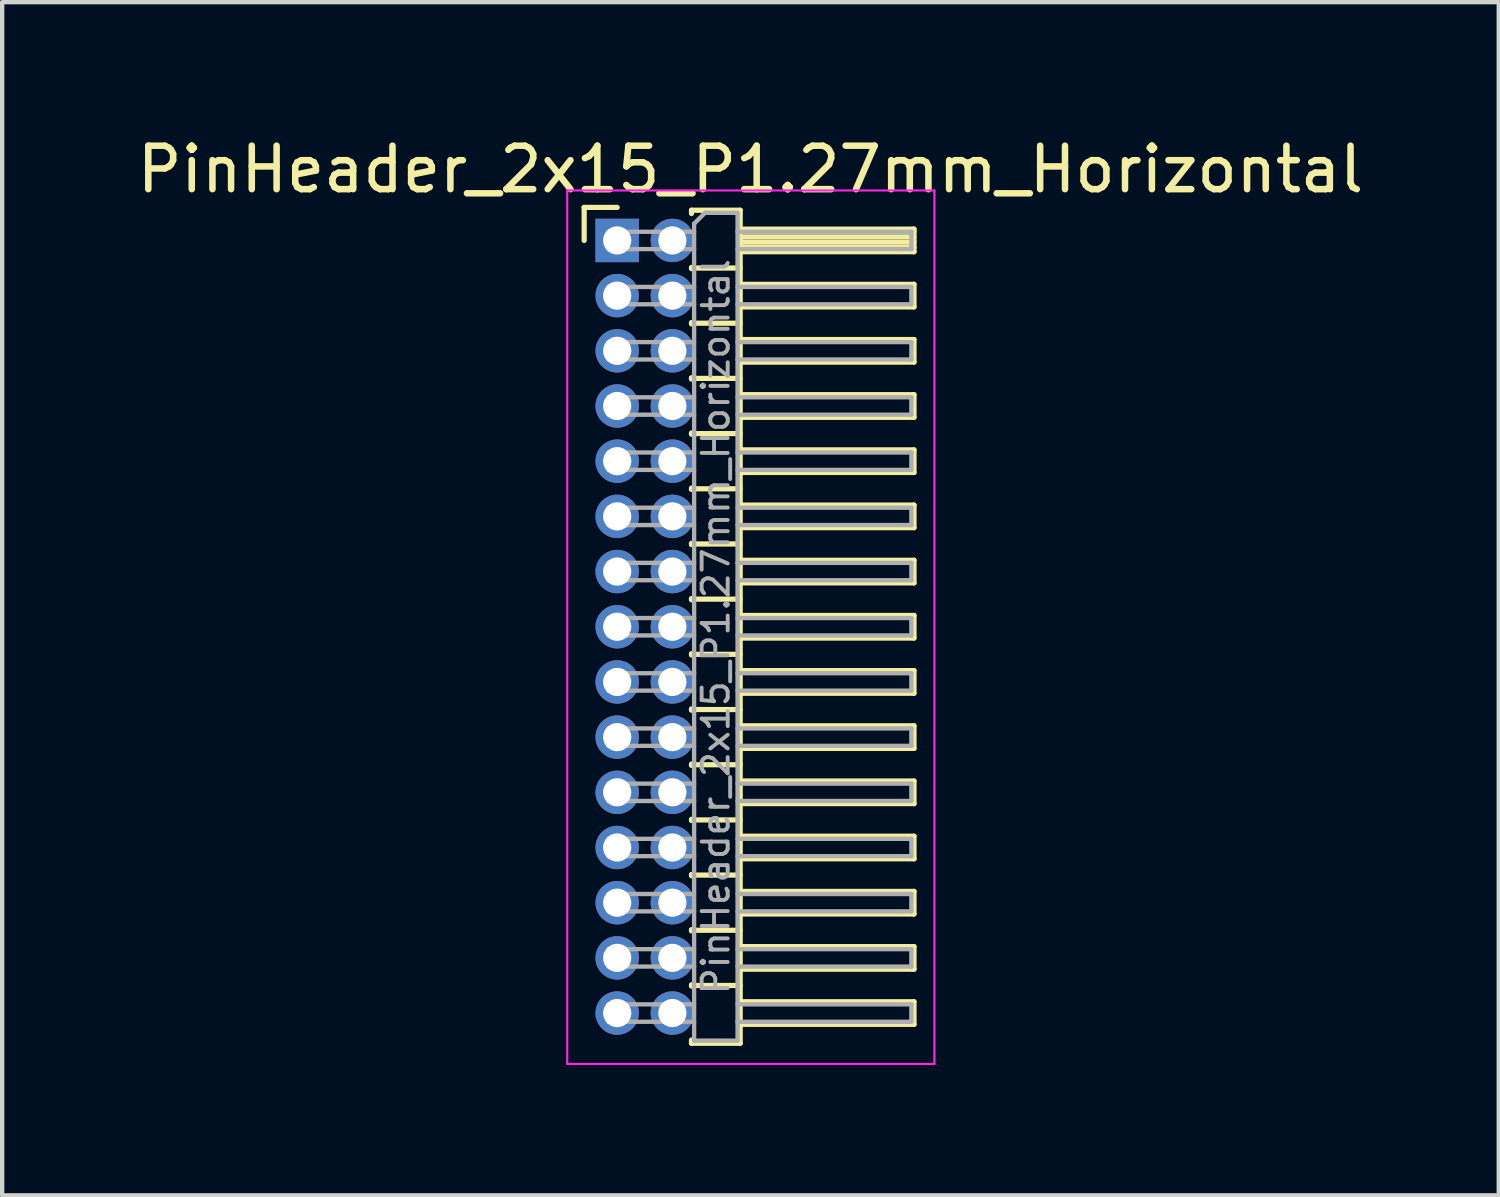
<source format=kicad_pcb>
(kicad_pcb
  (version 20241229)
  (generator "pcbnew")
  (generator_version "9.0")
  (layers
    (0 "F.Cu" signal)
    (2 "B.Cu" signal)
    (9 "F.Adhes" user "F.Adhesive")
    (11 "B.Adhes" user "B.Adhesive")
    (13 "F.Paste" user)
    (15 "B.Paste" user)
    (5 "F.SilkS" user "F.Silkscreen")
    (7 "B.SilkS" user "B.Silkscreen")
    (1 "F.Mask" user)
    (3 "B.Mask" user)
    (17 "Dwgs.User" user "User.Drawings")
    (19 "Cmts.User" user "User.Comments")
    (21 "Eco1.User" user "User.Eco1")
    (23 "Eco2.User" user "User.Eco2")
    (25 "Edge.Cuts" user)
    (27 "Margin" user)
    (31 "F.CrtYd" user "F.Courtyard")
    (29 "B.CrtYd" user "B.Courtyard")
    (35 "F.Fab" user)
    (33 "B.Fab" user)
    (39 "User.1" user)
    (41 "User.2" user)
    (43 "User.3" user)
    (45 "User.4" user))
  (footprint "PinHeader_2x15_P1.27mm_Horizontal"
    (layer "F.Cu")
    (at 11.153 2.483)
    (property "Reference" "PinHeader_2x15_P1.27mm_Horizontal" (at 3.067 -1.635 0) (layer "F.SilkS") (effects (font (size 1 1) (thickness 0.15))))
    (attr through_hole)
    (fp_line (start -0.76 -0.76) (end 0 -0.76) (stroke (width 0.12) (type solid)) (layer "F.SilkS"))
    (fp_line (start -0.76 0) (end -0.76 -0.76) (stroke (width 0.12) (type solid)) (layer "F.SilkS"))
    (fp_line (start 1.71 -0.695) (end 2.83 -0.695) (stroke (width 0.12) (type solid)) (layer "F.SilkS"))
    (fp_line (start 1.71 -0.62) (end 1.71 -0.695) (stroke (width 0.12) (type solid)) (layer "F.SilkS"))
    (fp_line (start 1.71 0.62) (end 1.71 0.65) (stroke (width 0.12) (type solid)) (layer "F.SilkS"))
    (fp_line (start 1.71 0.635) (end 2.83 0.635) (stroke (width 0.12) (type solid)) (layer "F.SilkS"))
    (fp_line (start 1.71 1.89) (end 1.71 1.92) (stroke (width 0.12) (type solid)) (layer "F.SilkS"))
    (fp_line (start 1.71 1.905) (end 2.83 1.905) (stroke (width 0.12) (type solid)) (layer "F.SilkS"))
    (fp_line (start 1.71 3.16) (end 1.71 3.19) (stroke (width 0.12) (type solid)) (layer "F.SilkS"))
    (fp_line (start 1.71 3.175) (end 2.83 3.175) (stroke (width 0.12) (type solid)) (layer "F.SilkS"))
    (fp_line (start 1.71 4.43) (end 1.71 4.46) (stroke (width 0.12) (type solid)) (layer "F.SilkS"))
    (fp_line (start 1.71 4.445) (end 2.83 4.445) (stroke (width 0.12) (type solid)) (layer "F.SilkS"))
    (fp_line (start 1.71 5.7) (end 1.71 5.73) (stroke (width 0.12) (type solid)) (layer "F.SilkS"))
    (fp_line (start 1.71 5.715) (end 2.83 5.715) (stroke (width 0.12) (type solid)) (layer "F.SilkS"))
    (fp_line (start 1.71 6.97) (end 1.71 7) (stroke (width 0.12) (type solid)) (layer "F.SilkS"))
    (fp_line (start 1.71 6.985) (end 2.83 6.985) (stroke (width 0.12) (type solid)) (layer "F.SilkS"))
    (fp_line (start 1.71 8.24) (end 1.71 8.27) (stroke (width 0.12) (type solid)) (layer "F.SilkS"))
    (fp_line (start 1.71 8.255) (end 2.83 8.255) (stroke (width 0.12) (type solid)) (layer "F.SilkS"))
    (fp_line (start 1.71 9.51) (end 1.71 9.54) (stroke (width 0.12) (type solid)) (layer "F.SilkS"))
    (fp_line (start 1.71 9.525) (end 2.83 9.525) (stroke (width 0.12) (type solid)) (layer "F.SilkS"))
    (fp_line (start 1.71 10.78) (end 1.71 10.81) (stroke (width 0.12) (type solid)) (layer "F.SilkS"))
    (fp_line (start 1.71 10.795) (end 2.83 10.795) (stroke (width 0.12) (type solid)) (layer "F.SilkS"))
    (fp_line (start 1.71 12.05) (end 1.71 12.08) (stroke (width 0.12) (type solid)) (layer "F.SilkS"))
    (fp_line (start 1.71 12.065) (end 2.83 12.065) (stroke (width 0.12) (type solid)) (layer "F.SilkS"))
    (fp_line (start 1.71 13.32) (end 1.71 13.35) (stroke (width 0.12) (type solid)) (layer "F.SilkS"))
    (fp_line (start 1.71 13.335) (end 2.83 13.335) (stroke (width 0.12) (type solid)) (layer "F.SilkS"))
    (fp_line (start 1.71 14.59) (end 1.71 14.62) (stroke (width 0.12) (type solid)) (layer "F.SilkS"))
    (fp_line (start 1.71 14.605) (end 2.83 14.605) (stroke (width 0.12) (type solid)) (layer "F.SilkS"))
    (fp_line (start 1.71 15.86) (end 1.71 15.89) (stroke (width 0.12) (type solid)) (layer "F.SilkS"))
    (fp_line (start 1.71 15.875) (end 2.83 15.875) (stroke (width 0.12) (type solid)) (layer "F.SilkS"))
    (fp_line (start 1.71 17.13) (end 1.71 17.16) (stroke (width 0.12) (type solid)) (layer "F.SilkS"))
    (fp_line (start 1.71 17.145) (end 2.83 17.145) (stroke (width 0.12) (type solid)) (layer "F.SilkS"))
    (fp_line (start 1.71 18.475) (end 1.71 18.4) (stroke (width 0.12) (type solid)) (layer "F.SilkS"))
    (fp_line (start 2.83 -0.695) (end 2.83 18.475) (stroke (width 0.12) (type solid)) (layer "F.SilkS"))
    (fp_line (start 2.83 -0.26) (end 6.83 -0.26) (stroke (width 0.12) (type solid)) (layer "F.SilkS"))
    (fp_line (start 2.83 -0.2) (end 6.83 -0.2) (stroke (width 0.12) (type solid)) (layer "F.SilkS"))
    (fp_line (start 2.83 -0.08) (end 6.83 -0.08) (stroke (width 0.12) (type solid)) (layer "F.SilkS"))
    (fp_line (start 2.83 0.04) (end 6.83 0.04) (stroke (width 0.12) (type solid)) (layer "F.SilkS"))
    (fp_line (start 2.83 0.16) (end 6.83 0.16) (stroke (width 0.12) (type solid)) (layer "F.SilkS"))
    (fp_line (start 2.83 1.01) (end 6.83 1.01) (stroke (width 0.12) (type solid)) (layer "F.SilkS"))
    (fp_line (start 2.83 2.28) (end 6.83 2.28) (stroke (width 0.12) (type solid)) (layer "F.SilkS"))
    (fp_line (start 2.83 3.55) (end 6.83 3.55) (stroke (width 0.12) (type solid)) (layer "F.SilkS"))
    (fp_line (start 2.83 4.82) (end 6.83 4.82) (stroke (width 0.12) (type solid)) (layer "F.SilkS"))
    (fp_line (start 2.83 6.09) (end 6.83 6.09) (stroke (width 0.12) (type solid)) (layer "F.SilkS"))
    (fp_line (start 2.83 7.36) (end 6.83 7.36) (stroke (width 0.12) (type solid)) (layer "F.SilkS"))
    (fp_line (start 2.83 8.63) (end 6.83 8.63) (stroke (width 0.12) (type solid)) (layer "F.SilkS"))
    (fp_line (start 2.83 9.9) (end 6.83 9.9) (stroke (width 0.12) (type solid)) (layer "F.SilkS"))
    (fp_line (start 2.83 11.17) (end 6.83 11.17) (stroke (width 0.12) (type solid)) (layer "F.SilkS"))
    (fp_line (start 2.83 12.44) (end 6.83 12.44) (stroke (width 0.12) (type solid)) (layer "F.SilkS"))
    (fp_line (start 2.83 13.71) (end 6.83 13.71) (stroke (width 0.12) (type solid)) (layer "F.SilkS"))
    (fp_line (start 2.83 14.98) (end 6.83 14.98) (stroke (width 0.12) (type solid)) (layer "F.SilkS"))
    (fp_line (start 2.83 16.25) (end 6.83 16.25) (stroke (width 0.12) (type solid)) (layer "F.SilkS"))
    (fp_line (start 2.83 17.52) (end 6.83 17.52) (stroke (width 0.12) (type solid)) (layer "F.SilkS"))
    (fp_line (start 2.83 18.475) (end 1.71 18.475) (stroke (width 0.12) (type solid)) (layer "F.SilkS"))
    (fp_line (start 6.83 -0.26) (end 6.83 0.26) (stroke (width 0.12) (type solid)) (layer "F.SilkS"))
    (fp_line (start 6.83 0.26) (end 2.83 0.26) (stroke (width 0.12) (type solid)) (layer "F.SilkS"))
    (fp_line (start 6.83 1.01) (end 6.83 1.53) (stroke (width 0.12) (type solid)) (layer "F.SilkS"))
    (fp_line (start 6.83 1.53) (end 2.83 1.53) (stroke (width 0.12) (type solid)) (layer "F.SilkS"))
    (fp_line (start 6.83 2.28) (end 6.83 2.8) (stroke (width 0.12) (type solid)) (layer "F.SilkS"))
    (fp_line (start 6.83 2.8) (end 2.83 2.8) (stroke (width 0.12) (type solid)) (layer "F.SilkS"))
    (fp_line (start 6.83 3.55) (end 6.83 4.07) (stroke (width 0.12) (type solid)) (layer "F.SilkS"))
    (fp_line (start 6.83 4.07) (end 2.83 4.07) (stroke (width 0.12) (type solid)) (layer "F.SilkS"))
    (fp_line (start 6.83 4.82) (end 6.83 5.34) (stroke (width 0.12) (type solid)) (layer "F.SilkS"))
    (fp_line (start 6.83 5.34) (end 2.83 5.34) (stroke (width 0.12) (type solid)) (layer "F.SilkS"))
    (fp_line (start 6.83 6.09) (end 6.83 6.61) (stroke (width 0.12) (type solid)) (layer "F.SilkS"))
    (fp_line (start 6.83 6.61) (end 2.83 6.61) (stroke (width 0.12) (type solid)) (layer "F.SilkS"))
    (fp_line (start 6.83 7.36) (end 6.83 7.88) (stroke (width 0.12) (type solid)) (layer "F.SilkS"))
    (fp_line (start 6.83 7.88) (end 2.83 7.88) (stroke (width 0.12) (type solid)) (layer "F.SilkS"))
    (fp_line (start 6.83 8.63) (end 6.83 9.15) (stroke (width 0.12) (type solid)) (layer "F.SilkS"))
    (fp_line (start 6.83 9.15) (end 2.83 9.15) (stroke (width 0.12) (type solid)) (layer "F.SilkS"))
    (fp_line (start 6.83 9.9) (end 6.83 10.42) (stroke (width 0.12) (type solid)) (layer "F.SilkS"))
    (fp_line (start 6.83 10.42) (end 2.83 10.42) (stroke (width 0.12) (type solid)) (layer "F.SilkS"))
    (fp_line (start 6.83 11.17) (end 6.83 11.69) (stroke (width 0.12) (type solid)) (layer "F.SilkS"))
    (fp_line (start 6.83 11.69) (end 2.83 11.69) (stroke (width 0.12) (type solid)) (layer "F.SilkS"))
    (fp_line (start 6.83 12.44) (end 6.83 12.96) (stroke (width 0.12) (type solid)) (layer "F.SilkS"))
    (fp_line (start 6.83 12.96) (end 2.83 12.96) (stroke (width 0.12) (type solid)) (layer "F.SilkS"))
    (fp_line (start 6.83 13.71) (end 6.83 14.23) (stroke (width 0.12) (type solid)) (layer "F.SilkS"))
    (fp_line (start 6.83 14.23) (end 2.83 14.23) (stroke (width 0.12) (type solid)) (layer "F.SilkS"))
    (fp_line (start 6.83 14.98) (end 6.83 15.5) (stroke (width 0.12) (type solid)) (layer "F.SilkS"))
    (fp_line (start 6.83 15.5) (end 2.83 15.5) (stroke (width 0.12) (type solid)) (layer "F.SilkS"))
    (fp_line (start 6.83 16.25) (end 6.83 16.77) (stroke (width 0.12) (type solid)) (layer "F.SilkS"))
    (fp_line (start 6.83 16.77) (end 2.83 16.77) (stroke (width 0.12) (type solid)) (layer "F.SilkS"))
    (fp_line (start 6.83 17.52) (end 6.83 18.04) (stroke (width 0.12) (type solid)) (layer "F.SilkS"))
    (fp_line (start 6.83 18.04) (end 2.83 18.04) (stroke (width 0.12) (type solid)) (layer "F.SilkS"))
    (fp_line (start -1.15 -1.15) (end -1.15 18.95) (stroke (width 0.05) (type solid)) (layer "F.CrtYd"))
    (fp_line (start -1.15 18.95) (end 7.3 18.95) (stroke (width 0.05) (type solid)) (layer "F.CrtYd"))
    (fp_line (start 7.3 -1.15) (end -1.15 -1.15) (stroke (width 0.05) (type solid)) (layer "F.CrtYd"))
    (fp_line (start 7.3 18.95) (end 7.3 -1.15) (stroke (width 0.05) (type solid)) (layer "F.CrtYd"))
    (fp_line (start -0.2 -0.2) (end -0.2 0.2) (stroke (width 0.1) (type solid)) (layer "F.Fab"))
    (fp_line (start -0.2 -0.2) (end 1.77 -0.2) (stroke (width 0.1) (type solid)) (layer "F.Fab"))
    (fp_line (start -0.2 0.2) (end 1.77 0.2) (stroke (width 0.1) (type solid)) (layer "F.Fab"))
    (fp_line (start -0.2 1.07) (end -0.2 1.47) (stroke (width 0.1) (type solid)) (layer "F.Fab"))
    (fp_line (start -0.2 1.07) (end 1.77 1.07) (stroke (width 0.1) (type solid)) (layer "F.Fab"))
    (fp_line (start -0.2 1.47) (end 1.77 1.47) (stroke (width 0.1) (type solid)) (layer "F.Fab"))
    (fp_line (start -0.2 2.34) (end -0.2 2.74) (stroke (width 0.1) (type solid)) (layer "F.Fab"))
    (fp_line (start -0.2 2.34) (end 1.77 2.34) (stroke (width 0.1) (type solid)) (layer "F.Fab"))
    (fp_line (start -0.2 2.74) (end 1.77 2.74) (stroke (width 0.1) (type solid)) (layer "F.Fab"))
    (fp_line (start -0.2 3.61) (end -0.2 4.01) (stroke (width 0.1) (type solid)) (layer "F.Fab"))
    (fp_line (start -0.2 3.61) (end 1.77 3.61) (stroke (width 0.1) (type solid)) (layer "F.Fab"))
    (fp_line (start -0.2 4.01) (end 1.77 4.01) (stroke (width 0.1) (type solid)) (layer "F.Fab"))
    (fp_line (start -0.2 4.88) (end -0.2 5.28) (stroke (width 0.1) (type solid)) (layer "F.Fab"))
    (fp_line (start -0.2 4.88) (end 1.77 4.88) (stroke (width 0.1) (type solid)) (layer "F.Fab"))
    (fp_line (start -0.2 5.28) (end 1.77 5.28) (stroke (width 0.1) (type solid)) (layer "F.Fab"))
    (fp_line (start -0.2 6.15) (end -0.2 6.55) (stroke (width 0.1) (type solid)) (layer "F.Fab"))
    (fp_line (start -0.2 6.15) (end 1.77 6.15) (stroke (width 0.1) (type solid)) (layer "F.Fab"))
    (fp_line (start -0.2 6.55) (end 1.77 6.55) (stroke (width 0.1) (type solid)) (layer "F.Fab"))
    (fp_line (start -0.2 7.42) (end -0.2 7.82) (stroke (width 0.1) (type solid)) (layer "F.Fab"))
    (fp_line (start -0.2 7.42) (end 1.77 7.42) (stroke (width 0.1) (type solid)) (layer "F.Fab"))
    (fp_line (start -0.2 7.82) (end 1.77 7.82) (stroke (width 0.1) (type solid)) (layer "F.Fab"))
    (fp_line (start -0.2 8.69) (end -0.2 9.09) (stroke (width 0.1) (type solid)) (layer "F.Fab"))
    (fp_line (start -0.2 8.69) (end 1.77 8.69) (stroke (width 0.1) (type solid)) (layer "F.Fab"))
    (fp_line (start -0.2 9.09) (end 1.77 9.09) (stroke (width 0.1) (type solid)) (layer "F.Fab"))
    (fp_line (start -0.2 9.96) (end -0.2 10.36) (stroke (width 0.1) (type solid)) (layer "F.Fab"))
    (fp_line (start -0.2 9.96) (end 1.77 9.96) (stroke (width 0.1) (type solid)) (layer "F.Fab"))
    (fp_line (start -0.2 10.36) (end 1.77 10.36) (stroke (width 0.1) (type solid)) (layer "F.Fab"))
    (fp_line (start -0.2 11.23) (end -0.2 11.63) (stroke (width 0.1) (type solid)) (layer "F.Fab"))
    (fp_line (start -0.2 11.23) (end 1.77 11.23) (stroke (width 0.1) (type solid)) (layer "F.Fab"))
    (fp_line (start -0.2 11.63) (end 1.77 11.63) (stroke (width 0.1) (type solid)) (layer "F.Fab"))
    (fp_line (start -0.2 12.5) (end -0.2 12.9) (stroke (width 0.1) (type solid)) (layer "F.Fab"))
    (fp_line (start -0.2 12.5) (end 1.77 12.5) (stroke (width 0.1) (type solid)) (layer "F.Fab"))
    (fp_line (start -0.2 12.9) (end 1.77 12.9) (stroke (width 0.1) (type solid)) (layer "F.Fab"))
    (fp_line (start -0.2 13.77) (end -0.2 14.17) (stroke (width 0.1) (type solid)) (layer "F.Fab"))
    (fp_line (start -0.2 13.77) (end 1.77 13.77) (stroke (width 0.1) (type solid)) (layer "F.Fab"))
    (fp_line (start -0.2 14.17) (end 1.77 14.17) (stroke (width 0.1) (type solid)) (layer "F.Fab"))
    (fp_line (start -0.2 15.04) (end -0.2 15.44) (stroke (width 0.1) (type solid)) (layer "F.Fab"))
    (fp_line (start -0.2 15.04) (end 1.77 15.04) (stroke (width 0.1) (type solid)) (layer "F.Fab"))
    (fp_line (start -0.2 15.44) (end 1.77 15.44) (stroke (width 0.1) (type solid)) (layer "F.Fab"))
    (fp_line (start -0.2 16.31) (end -0.2 16.71) (stroke (width 0.1) (type solid)) (layer "F.Fab"))
    (fp_line (start -0.2 16.31) (end 1.77 16.31) (stroke (width 0.1) (type solid)) (layer "F.Fab"))
    (fp_line (start -0.2 16.71) (end 1.77 16.71) (stroke (width 0.1) (type solid)) (layer "F.Fab"))
    (fp_line (start -0.2 17.58) (end -0.2 17.98) (stroke (width 0.1) (type solid)) (layer "F.Fab"))
    (fp_line (start -0.2 17.58) (end 1.77 17.58) (stroke (width 0.1) (type solid)) (layer "F.Fab"))
    (fp_line (start -0.2 17.98) (end 1.77 17.98) (stroke (width 0.1) (type solid)) (layer "F.Fab"))
    (fp_line (start 1.77 -0.385) (end 2.02 -0.635) (stroke (width 0.1) (type solid)) (layer "F.Fab"))
    (fp_line (start 1.77 18.415) (end 1.77 -0.385) (stroke (width 0.1) (type solid)) (layer "F.Fab"))
    (fp_line (start 2.02 -0.635) (end 2.77 -0.635) (stroke (width 0.1) (type solid)) (layer "F.Fab"))
    (fp_line (start 2.77 -0.635) (end 2.77 18.415) (stroke (width 0.1) (type solid)) (layer "F.Fab"))
    (fp_line (start 2.77 -0.2) (end 6.77 -0.2) (stroke (width 0.1) (type solid)) (layer "F.Fab"))
    (fp_line (start 2.77 0.2) (end 6.77 0.2) (stroke (width 0.1) (type solid)) (layer "F.Fab"))
    (fp_line (start 2.77 1.07) (end 6.77 1.07) (stroke (width 0.1) (type solid)) (layer "F.Fab"))
    (fp_line (start 2.77 1.47) (end 6.77 1.47) (stroke (width 0.1) (type solid)) (layer "F.Fab"))
    (fp_line (start 2.77 2.34) (end 6.77 2.34) (stroke (width 0.1) (type solid)) (layer "F.Fab"))
    (fp_line (start 2.77 2.74) (end 6.77 2.74) (stroke (width 0.1) (type solid)) (layer "F.Fab"))
    (fp_line (start 2.77 3.61) (end 6.77 3.61) (stroke (width 0.1) (type solid)) (layer "F.Fab"))
    (fp_line (start 2.77 4.01) (end 6.77 4.01) (stroke (width 0.1) (type solid)) (layer "F.Fab"))
    (fp_line (start 2.77 4.88) (end 6.77 4.88) (stroke (width 0.1) (type solid)) (layer "F.Fab"))
    (fp_line (start 2.77 5.28) (end 6.77 5.28) (stroke (width 0.1) (type solid)) (layer "F.Fab"))
    (fp_line (start 2.77 6.15) (end 6.77 6.15) (stroke (width 0.1) (type solid)) (layer "F.Fab"))
    (fp_line (start 2.77 6.55) (end 6.77 6.55) (stroke (width 0.1) (type solid)) (layer "F.Fab"))
    (fp_line (start 2.77 7.42) (end 6.77 7.42) (stroke (width 0.1) (type solid)) (layer "F.Fab"))
    (fp_line (start 2.77 7.82) (end 6.77 7.82) (stroke (width 0.1) (type solid)) (layer "F.Fab"))
    (fp_line (start 2.77 8.69) (end 6.77 8.69) (stroke (width 0.1) (type solid)) (layer "F.Fab"))
    (fp_line (start 2.77 9.09) (end 6.77 9.09) (stroke (width 0.1) (type solid)) (layer "F.Fab"))
    (fp_line (start 2.77 9.96) (end 6.77 9.96) (stroke (width 0.1) (type solid)) (layer "F.Fab"))
    (fp_line (start 2.77 10.36) (end 6.77 10.36) (stroke (width 0.1) (type solid)) (layer "F.Fab"))
    (fp_line (start 2.77 11.23) (end 6.77 11.23) (stroke (width 0.1) (type solid)) (layer "F.Fab"))
    (fp_line (start 2.77 11.63) (end 6.77 11.63) (stroke (width 0.1) (type solid)) (layer "F.Fab"))
    (fp_line (start 2.77 12.5) (end 6.77 12.5) (stroke (width 0.1) (type solid)) (layer "F.Fab"))
    (fp_line (start 2.77 12.9) (end 6.77 12.9) (stroke (width 0.1) (type solid)) (layer "F.Fab"))
    (fp_line (start 2.77 13.77) (end 6.77 13.77) (stroke (width 0.1) (type solid)) (layer "F.Fab"))
    (fp_line (start 2.77 14.17) (end 6.77 14.17) (stroke (width 0.1) (type solid)) (layer "F.Fab"))
    (fp_line (start 2.77 15.04) (end 6.77 15.04) (stroke (width 0.1) (type solid)) (layer "F.Fab"))
    (fp_line (start 2.77 15.44) (end 6.77 15.44) (stroke (width 0.1) (type solid)) (layer "F.Fab"))
    (fp_line (start 2.77 16.31) (end 6.77 16.31) (stroke (width 0.1) (type solid)) (layer "F.Fab"))
    (fp_line (start 2.77 16.71) (end 6.77 16.71) (stroke (width 0.1) (type solid)) (layer "F.Fab"))
    (fp_line (start 2.77 17.58) (end 6.77 17.58) (stroke (width 0.1) (type solid)) (layer "F.Fab"))
    (fp_line (start 2.77 17.98) (end 6.77 17.98) (stroke (width 0.1) (type solid)) (layer "F.Fab"))
    (fp_line (start 2.77 18.415) (end 1.77 18.415) (stroke (width 0.1) (type solid)) (layer "F.Fab"))
    (fp_line (start 6.77 -0.2) (end 6.77 0.2) (stroke (width 0.1) (type solid)) (layer "F.Fab"))
    (fp_line (start 6.77 1.07) (end 6.77 1.47) (stroke (width 0.1) (type solid)) (layer "F.Fab"))
    (fp_line (start 6.77 2.34) (end 6.77 2.74) (stroke (width 0.1) (type solid)) (layer "F.Fab"))
    (fp_line (start 6.77 3.61) (end 6.77 4.01) (stroke (width 0.1) (type solid)) (layer "F.Fab"))
    (fp_line (start 6.77 4.88) (end 6.77 5.28) (stroke (width 0.1) (type solid)) (layer "F.Fab"))
    (fp_line (start 6.77 6.15) (end 6.77 6.55) (stroke (width 0.1) (type solid)) (layer "F.Fab"))
    (fp_line (start 6.77 7.42) (end 6.77 7.82) (stroke (width 0.1) (type solid)) (layer "F.Fab"))
    (fp_line (start 6.77 8.69) (end 6.77 9.09) (stroke (width 0.1) (type solid)) (layer "F.Fab"))
    (fp_line (start 6.77 9.96) (end 6.77 10.36) (stroke (width 0.1) (type solid)) (layer "F.Fab"))
    (fp_line (start 6.77 11.23) (end 6.77 11.63) (stroke (width 0.1) (type solid)) (layer "F.Fab"))
    (fp_line (start 6.77 12.5) (end 6.77 12.9) (stroke (width 0.1) (type solid)) (layer "F.Fab"))
    (fp_line (start 6.77 13.77) (end 6.77 14.17) (stroke (width 0.1) (type solid)) (layer "F.Fab"))
    (fp_line (start 6.77 15.04) (end 6.77 15.44) (stroke (width 0.1) (type solid)) (layer "F.Fab"))
    (fp_line (start 6.77 16.31) (end 6.77 16.71) (stroke (width 0.1) (type solid)) (layer "F.Fab"))
    (fp_line (start 6.77 17.58) (end 6.77 17.98) (stroke (width 0.1) (type solid)) (layer "F.Fab"))
    (fp_text user "${REFERENCE}" (at 2.27 8.89 90) (layer "F.Fab") (effects (font (size 0.6 0.6) (thickness 0.09))))
    (pad "1" thru_hole rect (at 0 0) (size 1 1) (drill 0.65) (layers "*.Cu" "*.Mask"))
    (pad "2" thru_hole oval (at 1.27 0) (size 1 1) (drill 0.65) (layers "*.Cu" "*.Mask"))
    (pad "3" thru_hole oval (at 0 1.27) (size 1 1) (drill 0.65) (layers "*.Cu" "*.Mask"))
    (pad "4" thru_hole oval (at 1.27 1.27) (size 1 1) (drill 0.65) (layers "*.Cu" "*.Mask"))
    (pad "5" thru_hole oval (at 0 2.54) (size 1 1) (drill 0.65) (layers "*.Cu" "*.Mask"))
    (pad "6" thru_hole oval (at 1.27 2.54) (size 1 1) (drill 0.65) (layers "*.Cu" "*.Mask"))
    (pad "7" thru_hole oval (at 0 3.81) (size 1 1) (drill 0.65) (layers "*.Cu" "*.Mask"))
    (pad "8" thru_hole oval (at 1.27 3.81) (size 1 1) (drill 0.65) (layers "*.Cu" "*.Mask"))
    (pad "9" thru_hole oval (at 0 5.08) (size 1 1) (drill 0.65) (layers "*.Cu" "*.Mask"))
    (pad "10" thru_hole oval (at 1.27 5.08) (size 1 1) (drill 0.65) (layers "*.Cu" "*.Mask"))
    (pad "11" thru_hole oval (at 0 6.35) (size 1 1) (drill 0.65) (layers "*.Cu" "*.Mask"))
    (pad "12" thru_hole oval (at 1.27 6.35) (size 1 1) (drill 0.65) (layers "*.Cu" "*.Mask"))
    (pad "13" thru_hole oval (at 0 7.62) (size 1 1) (drill 0.65) (layers "*.Cu" "*.Mask"))
    (pad "14" thru_hole oval (at 1.27 7.62) (size 1 1) (drill 0.65) (layers "*.Cu" "*.Mask"))
    (pad "15" thru_hole oval (at 0 8.89) (size 1 1) (drill 0.65) (layers "*.Cu" "*.Mask"))
    (pad "16" thru_hole oval (at 1.27 8.89) (size 1 1) (drill 0.65) (layers "*.Cu" "*.Mask"))
    (pad "17" thru_hole oval (at 0 10.16) (size 1 1) (drill 0.65) (layers "*.Cu" "*.Mask"))
    (pad "18" thru_hole oval (at 1.27 10.16) (size 1 1) (drill 0.65) (layers "*.Cu" "*.Mask"))
    (pad "19" thru_hole oval (at 0 11.43) (size 1 1) (drill 0.65) (layers "*.Cu" "*.Mask"))
    (pad "20" thru_hole oval (at 1.27 11.43) (size 1 1) (drill 0.65) (layers "*.Cu" "*.Mask"))
    (pad "21" thru_hole oval (at 0 12.7) (size 1 1) (drill 0.65) (layers "*.Cu" "*.Mask"))
    (pad "22" thru_hole oval (at 1.27 12.7) (size 1 1) (drill 0.65) (layers "*.Cu" "*.Mask"))
    (pad "23" thru_hole oval (at 0 13.97) (size 1 1) (drill 0.65) (layers "*.Cu" "*.Mask"))
    (pad "24" thru_hole oval (at 1.27 13.97) (size 1 1) (drill 0.65) (layers "*.Cu" "*.Mask"))
    (pad "25" thru_hole oval (at 0 15.24) (size 1 1) (drill 0.65) (layers "*.Cu" "*.Mask"))
    (pad "26" thru_hole oval (at 1.27 15.24) (size 1 1) (drill 0.65) (layers "*.Cu" "*.Mask"))
    (pad "27" thru_hole oval (at 0 16.51) (size 1 1) (drill 0.65) (layers "*.Cu" "*.Mask"))
    (pad "28" thru_hole oval (at 1.27 16.51) (size 1 1) (drill 0.65) (layers "*.Cu" "*.Mask"))
    (pad "29" thru_hole oval (at 0 17.78) (size 1 1) (drill 0.65) (layers "*.Cu" "*.Mask"))
    (pad "30" thru_hole oval (at 1.27 17.78) (size 1 1) (drill 0.65) (layers "*.Cu" "*.Mask")))
  (gr_rect
    (start -3 -3)
    (end 31.44 24.458)
    (stroke (width 0.1) (type default))
    (fill no)
    (layer "Edge.Cuts")))
</source>
